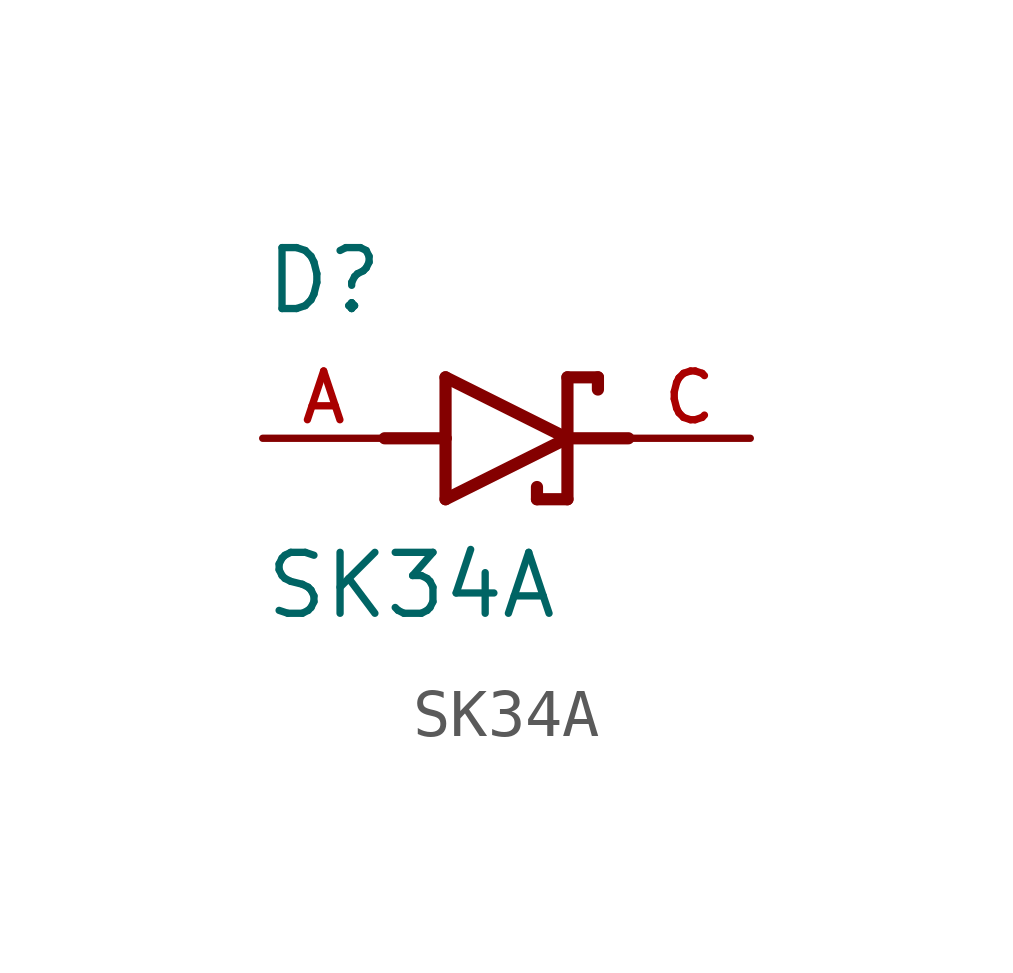
<source format=kicad_sym>
(kicad_symbol_lib
  (version 20211014)
  (generator kicad_symbol_editor)
  (symbol "SK34A"
    (pin_names
      (offset 1.016))
    (property "Reference" "D"
      (at -5.08 2.54 0)
      (effects (font (size 1.27 1.27)) (justify bottom left)))
    (property "Value" "SK34A"
      (at -5.08 -3.81 0)
      (effects (font (size 1.27 1.27)) (justify bottom left)))
    (symbol "SK34A_0_0"
      (polyline (pts (xy -1.27 -1.27) (xy 1.27 0.0)) (stroke (width 0.254)))
      (polyline (pts (xy 1.27 0.0) (xy -1.27 1.27)) (stroke (width 0.254)))
      (polyline (pts (xy 1.905 1.27) (xy 1.27 1.27)) (stroke (width 0.254)))
      (polyline (pts (xy 1.27 1.27) (xy 1.27 0.0)) (stroke (width 0.254)))
      (polyline (pts (xy -1.27 1.27) (xy -1.27 0.0)) (stroke (width 0.254)))
      (polyline (pts (xy -1.27 0.0) (xy -1.27 -1.27)) (stroke (width 0.254)))
      (polyline (pts (xy 1.27 0.0) (xy 1.27 -1.27)) (stroke (width 0.254)))
      (polyline (pts (xy 1.905 1.27) (xy 1.905 1.016)) (stroke (width 0.254)))
      (polyline (pts (xy 1.27 -1.27) (xy 0.635 -1.27)) (stroke (width 0.254)))
      (polyline (pts (xy 0.635 -1.016) (xy 0.635 -1.27)) (stroke (width 0.254)))
      (polyline (pts (xy -2.54 0.0) (xy -1.27 0.0)) (stroke (width 0.254)))
      (polyline (pts (xy 2.54 0.0) (xy 1.27 0.0)) (stroke (width 0.254)))
      (pin passive line (at 5.08 0.0 180.0) (length 2.54) (name "~" (effects (font (size 1.016 1.016)))) (number "C" (effects (font (size 1.016 1.016)))))
      (pin passive line (at -5.08 0.0 0) (length 2.54) (name "~" (effects (font (size 1.016 1.016)))) (number "A" (effects (font (size 1.016 1.016))))))))
</source>
